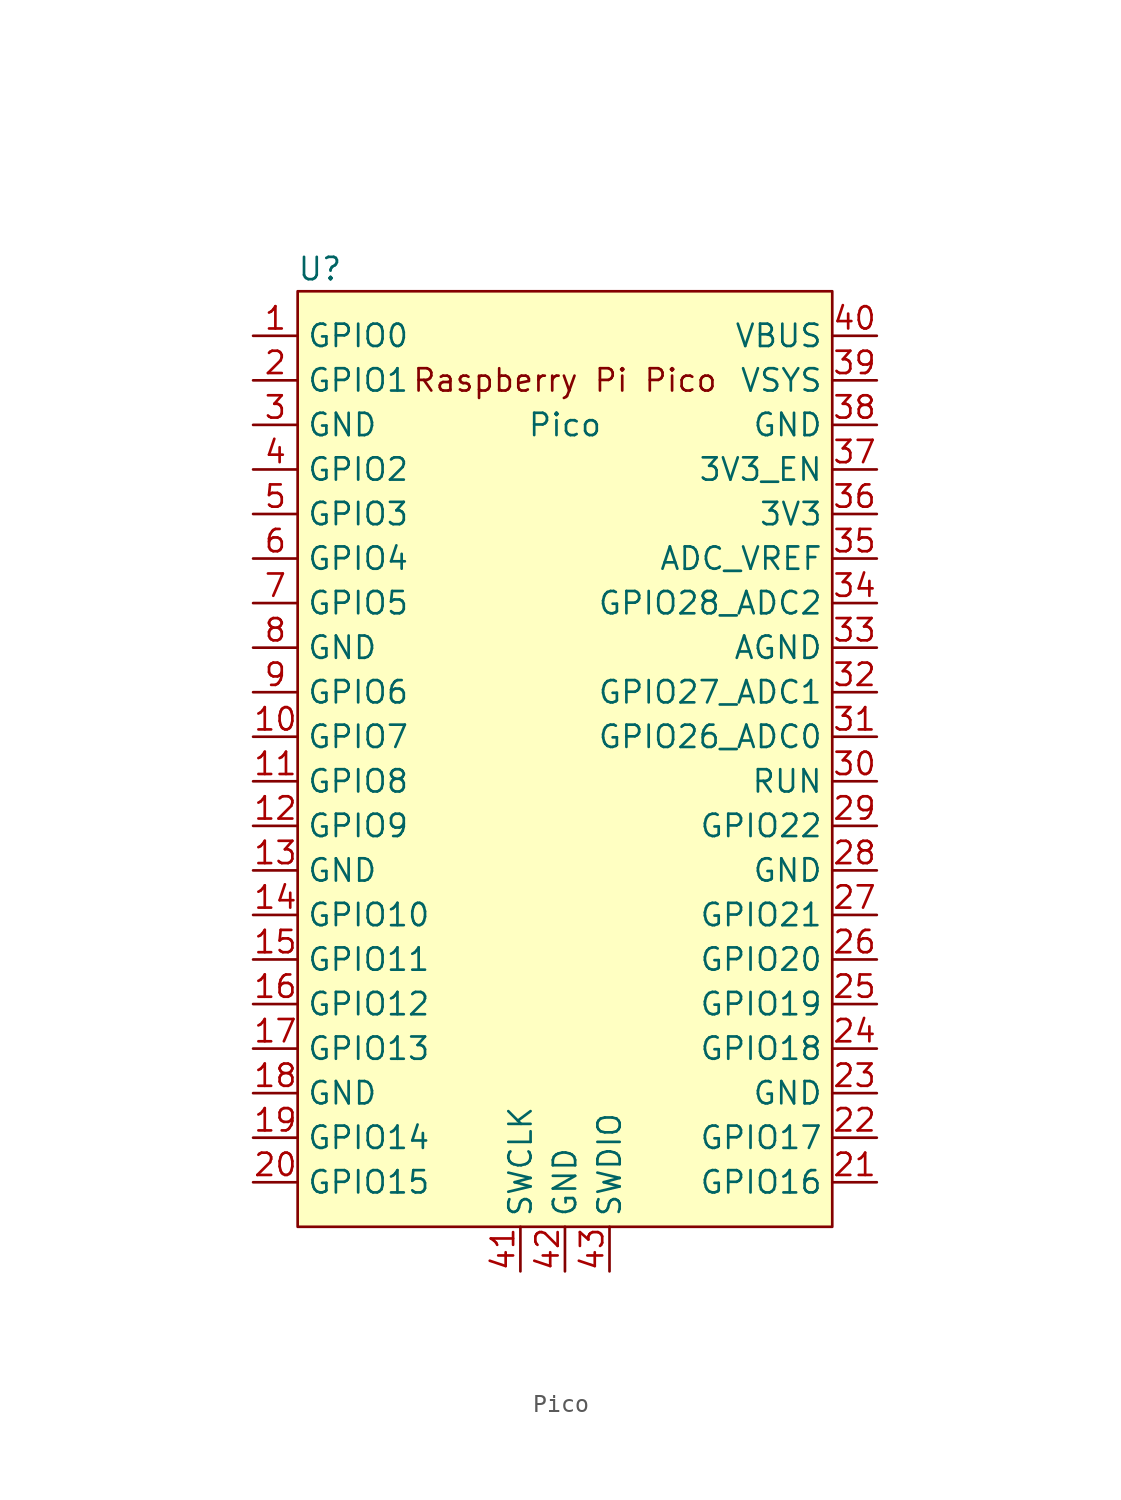
<source format=kicad_sym>
(kicad_symbol_lib
  (version 20231120)
  (generator "kicad_symbol_editor")
  (generator_version "8.0")
  (symbol "Pico"
    (property "Reference" "U"
      (at -13.97 27.94 0)
      (effects (font (size 1.27 1.27))))
    (property "Value" "Pico"
      (at 0 19.05 0)
      (effects (font (size 1.27 1.27))))
    (symbol "Pico_0_0"
      (text "Raspberry Pi Pico" (at 0 21.59 0) (effects (font (size 1.27 1.27)))))
    (symbol "Pico_0_1"
      (rectangle (start -15.24 26.67) (end 15.24 -26.67) (stroke (width 0) (type default)) (fill (type background))))
    (symbol "Pico_1_1"
      (text private "https://github.com/ncarandini/KiCad-RP-Pico" (at -0.254 32.004 0) (effects (font (size 1.27 1.27))))
      (pin bidirectional line (at -17.78 24.13 0) (length 2.54) (name "GPIO0" (effects (font (size 1.27 1.27)))) (number "1" (effects (font (size 1.27 1.27)))))
      (pin bidirectional line (at -17.78 1.27 0) (length 2.54) (name "GPIO7" (effects (font (size 1.27 1.27)))) (number "10" (effects (font (size 1.27 1.27)))))
      (pin bidirectional line (at -17.78 -1.27 0) (length 2.54) (name "GPIO8" (effects (font (size 1.27 1.27)))) (number "11" (effects (font (size 1.27 1.27)))))
      (pin bidirectional line (at -17.78 -3.81 0) (length 2.54) (name "GPIO9" (effects (font (size 1.27 1.27)))) (number "12" (effects (font (size 1.27 1.27)))))
      (pin power_in line (at -17.78 -6.35 0) (length 2.54) (name "GND" (effects (font (size 1.27 1.27)))) (number "13" (effects (font (size 1.27 1.27)))))
      (pin bidirectional line (at -17.78 -8.89 0) (length 2.54) (name "GPIO10" (effects (font (size 1.27 1.27)))) (number "14" (effects (font (size 1.27 1.27)))))
      (pin bidirectional line (at -17.78 -11.43 0) (length 2.54) (name "GPIO11" (effects (font (size 1.27 1.27)))) (number "15" (effects (font (size 1.27 1.27)))))
      (pin bidirectional line (at -17.78 -13.97 0) (length 2.54) (name "GPIO12" (effects (font (size 1.27 1.27)))) (number "16" (effects (font (size 1.27 1.27)))))
      (pin bidirectional line (at -17.78 -16.51 0) (length 2.54) (name "GPIO13" (effects (font (size 1.27 1.27)))) (number "17" (effects (font (size 1.27 1.27)))))
      (pin power_in line (at -17.78 -19.05 0) (length 2.54) (name "GND" (effects (font (size 1.27 1.27)))) (number "18" (effects (font (size 1.27 1.27)))))
      (pin bidirectional line (at -17.78 -21.59 0) (length 2.54) (name "GPIO14" (effects (font (size 1.27 1.27)))) (number "19" (effects (font (size 1.27 1.27)))))
      (pin bidirectional line (at -17.78 21.59 0) (length 2.54) (name "GPIO1" (effects (font (size 1.27 1.27)))) (number "2" (effects (font (size 1.27 1.27)))))
      (pin bidirectional line (at -17.78 -24.13 0) (length 2.54) (name "GPIO15" (effects (font (size 1.27 1.27)))) (number "20" (effects (font (size 1.27 1.27)))))
      (pin bidirectional line (at 17.78 -24.13 180) (length 2.54) (name "GPIO16" (effects (font (size 1.27 1.27)))) (number "21" (effects (font (size 1.27 1.27)))))
      (pin bidirectional line (at 17.78 -21.59 180) (length 2.54) (name "GPIO17" (effects (font (size 1.27 1.27)))) (number "22" (effects (font (size 1.27 1.27)))))
      (pin power_in line (at 17.78 -19.05 180) (length 2.54) (name "GND" (effects (font (size 1.27 1.27)))) (number "23" (effects (font (size 1.27 1.27)))))
      (pin bidirectional line (at 17.78 -16.51 180) (length 2.54) (name "GPIO18" (effects (font (size 1.27 1.27)))) (number "24" (effects (font (size 1.27 1.27)))))
      (pin bidirectional line (at 17.78 -13.97 180) (length 2.54) (name "GPIO19" (effects (font (size 1.27 1.27)))) (number "25" (effects (font (size 1.27 1.27)))))
      (pin bidirectional line (at 17.78 -11.43 180) (length 2.54) (name "GPIO20" (effects (font (size 1.27 1.27)))) (number "26" (effects (font (size 1.27 1.27)))))
      (pin bidirectional line (at 17.78 -8.89 180) (length 2.54) (name "GPIO21" (effects (font (size 1.27 1.27)))) (number "27" (effects (font (size 1.27 1.27)))))
      (pin power_in line (at 17.78 -6.35 180) (length 2.54) (name "GND" (effects (font (size 1.27 1.27)))) (number "28" (effects (font (size 1.27 1.27)))))
      (pin bidirectional line (at 17.78 -3.81 180) (length 2.54) (name "GPIO22" (effects (font (size 1.27 1.27)))) (number "29" (effects (font (size 1.27 1.27)))))
      (pin power_in line (at -17.78 19.05 0) (length 2.54) (name "GND" (effects (font (size 1.27 1.27)))) (number "3" (effects (font (size 1.27 1.27)))))
      (pin input line (at 17.78 -1.27 180) (length 2.54) (name "RUN" (effects (font (size 1.27 1.27)))) (number "30" (effects (font (size 1.27 1.27)))))
      (pin bidirectional line (at 17.78 1.27 180) (length 2.54) (name "GPIO26_ADC0" (effects (font (size 1.27 1.27)))) (number "31" (effects (font (size 1.27 1.27)))))
      (pin bidirectional line (at 17.78 3.81 180) (length 2.54) (name "GPIO27_ADC1" (effects (font (size 1.27 1.27)))) (number "32" (effects (font (size 1.27 1.27)))))
      (pin power_in line (at 17.78 6.35 180) (length 2.54) (name "AGND" (effects (font (size 1.27 1.27)))) (number "33" (effects (font (size 1.27 1.27)))))
      (pin bidirectional line (at 17.78 8.89 180) (length 2.54) (name "GPIO28_ADC2" (effects (font (size 1.27 1.27)))) (number "34" (effects (font (size 1.27 1.27)))))
      (pin power_in line (at 17.78 11.43 180) (length 2.54) (name "ADC_VREF" (effects (font (size 1.27 1.27)))) (number "35" (effects (font (size 1.27 1.27)))))
      (pin power_in line (at 17.78 13.97 180) (length 2.54) (name "3V3" (effects (font (size 1.27 1.27)))) (number "36" (effects (font (size 1.27 1.27)))))
      (pin input line (at 17.78 16.51 180) (length 2.54) (name "3V3_EN" (effects (font (size 1.27 1.27)))) (number "37" (effects (font (size 1.27 1.27)))))
      (pin bidirectional line (at 17.78 19.05 180) (length 2.54) (name "GND" (effects (font (size 1.27 1.27)))) (number "38" (effects (font (size 1.27 1.27)))))
      (pin power_in line (at 17.78 21.59 180) (length 2.54) (name "VSYS" (effects (font (size 1.27 1.27)))) (number "39" (effects (font (size 1.27 1.27)))))
      (pin bidirectional line (at -17.78 16.51 0) (length 2.54) (name "GPIO2" (effects (font (size 1.27 1.27)))) (number "4" (effects (font (size 1.27 1.27)))))
      (pin power_in line (at 17.78 24.13 180) (length 2.54) (name "VBUS" (effects (font (size 1.27 1.27)))) (number "40" (effects (font (size 1.27 1.27)))))
      (pin input line (at -2.54 -29.21 90) (length 2.54) (name "SWCLK" (effects (font (size 1.27 1.27)))) (number "41" (effects (font (size 1.27 1.27)))))
      (pin power_in line (at 0 -29.21 90) (length 2.54) (name "GND" (effects (font (size 1.27 1.27)))) (number "42" (effects (font (size 1.27 1.27)))))
      (pin bidirectional line (at 2.54 -29.21 90) (length 2.54) (name "SWDIO" (effects (font (size 1.27 1.27)))) (number "43" (effects (font (size 1.27 1.27)))))
      (pin bidirectional line (at -17.78 13.97 0) (length 2.54) (name "GPIO3" (effects (font (size 1.27 1.27)))) (number "5" (effects (font (size 1.27 1.27)))))
      (pin bidirectional line (at -17.78 11.43 0) (length 2.54) (name "GPIO4" (effects (font (size 1.27 1.27)))) (number "6" (effects (font (size 1.27 1.27)))))
      (pin bidirectional line (at -17.78 8.89 0) (length 2.54) (name "GPIO5" (effects (font (size 1.27 1.27)))) (number "7" (effects (font (size 1.27 1.27)))))
      (pin power_in line (at -17.78 6.35 0) (length 2.54) (name "GND" (effects (font (size 1.27 1.27)))) (number "8" (effects (font (size 1.27 1.27)))))
      (pin bidirectional line (at -17.78 3.81 0) (length 2.54) (name "GPIO6" (effects (font (size 1.27 1.27)))) (number "9" (effects (font (size 1.27 1.27))))))))
</source>
